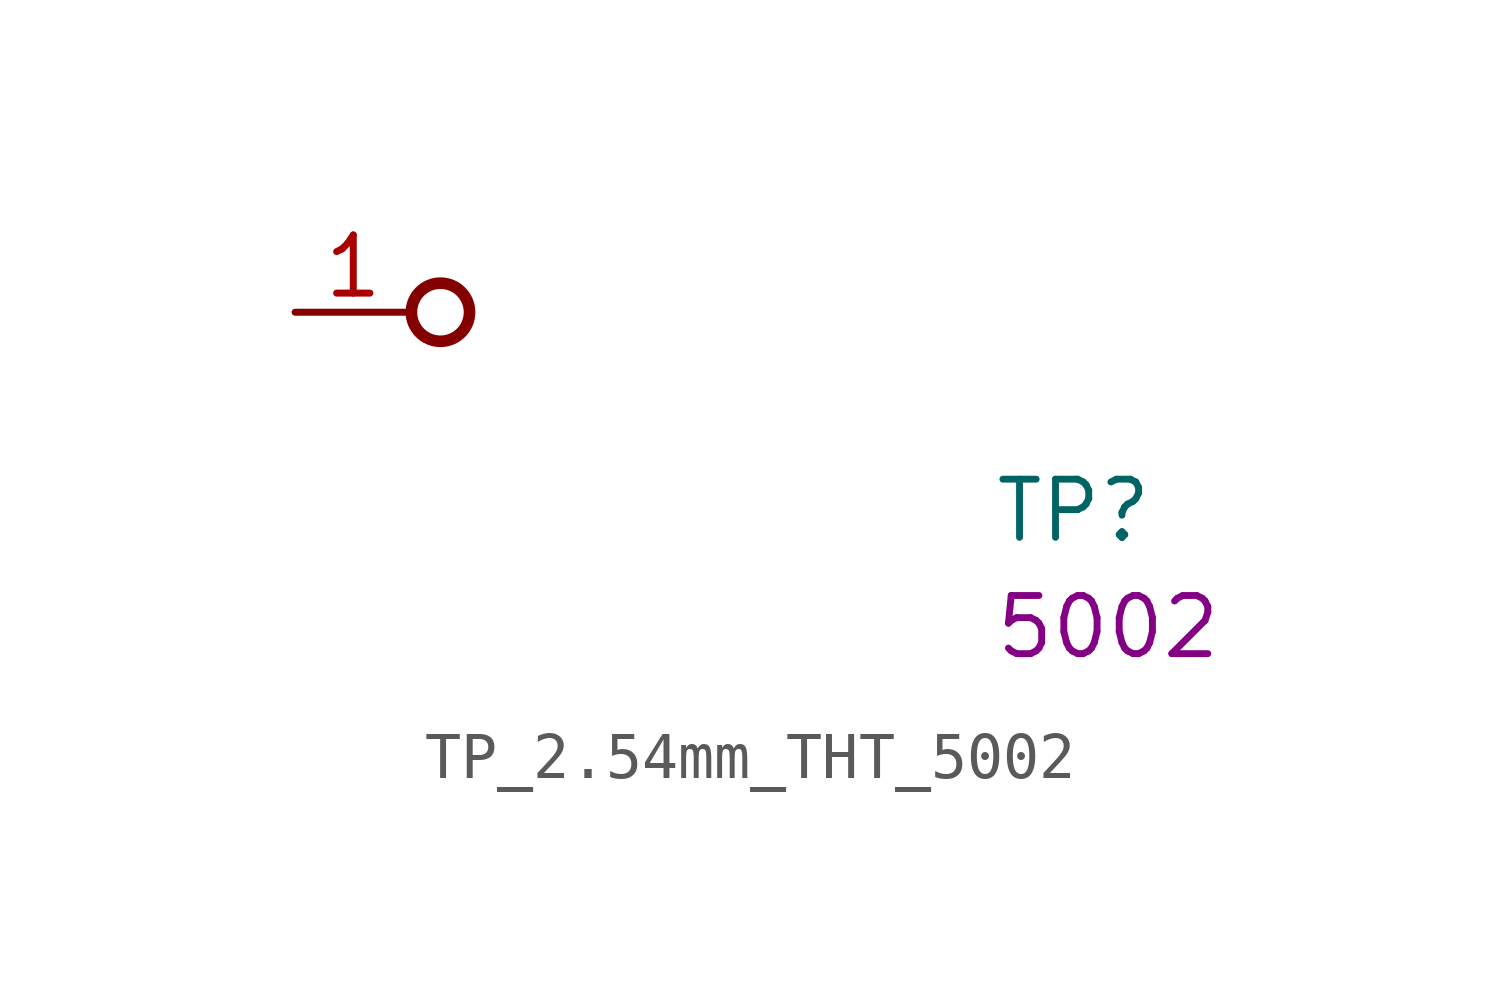
<source format=kicad_sym>
(kicad_symbol_lib
  (version 20220914)
  (generator kicad_symbol_editor)
  (symbol "TP_2.54mm_THT_5002"
    (pin_names hide)
    (property "Reference" "TP"
      (at 15.24 -5.08 0)
      (effects (font (size 1.27 1.27) (thickness 0.15)) (justify left bottom)))
    (property "MPN" "5002"
      (at 15.24 -7.62 0)
      (effects (font (size 1.27 1.27) (thickness 0.15)) (justify left bottom)))
    (symbol "TP_2.54mm_THT_5002_1_1"
      (circle (center 3.175 0) (radius 0.635) (stroke (width 0.254) (type default)) (fill (type none)))
      (pin passive line (at 0 0 0) (length 2.54) (name "1" (effects (font (size 1.27 1.27)))) (number "1" (effects (font (size 1.27 1.27))))))))
</source>
